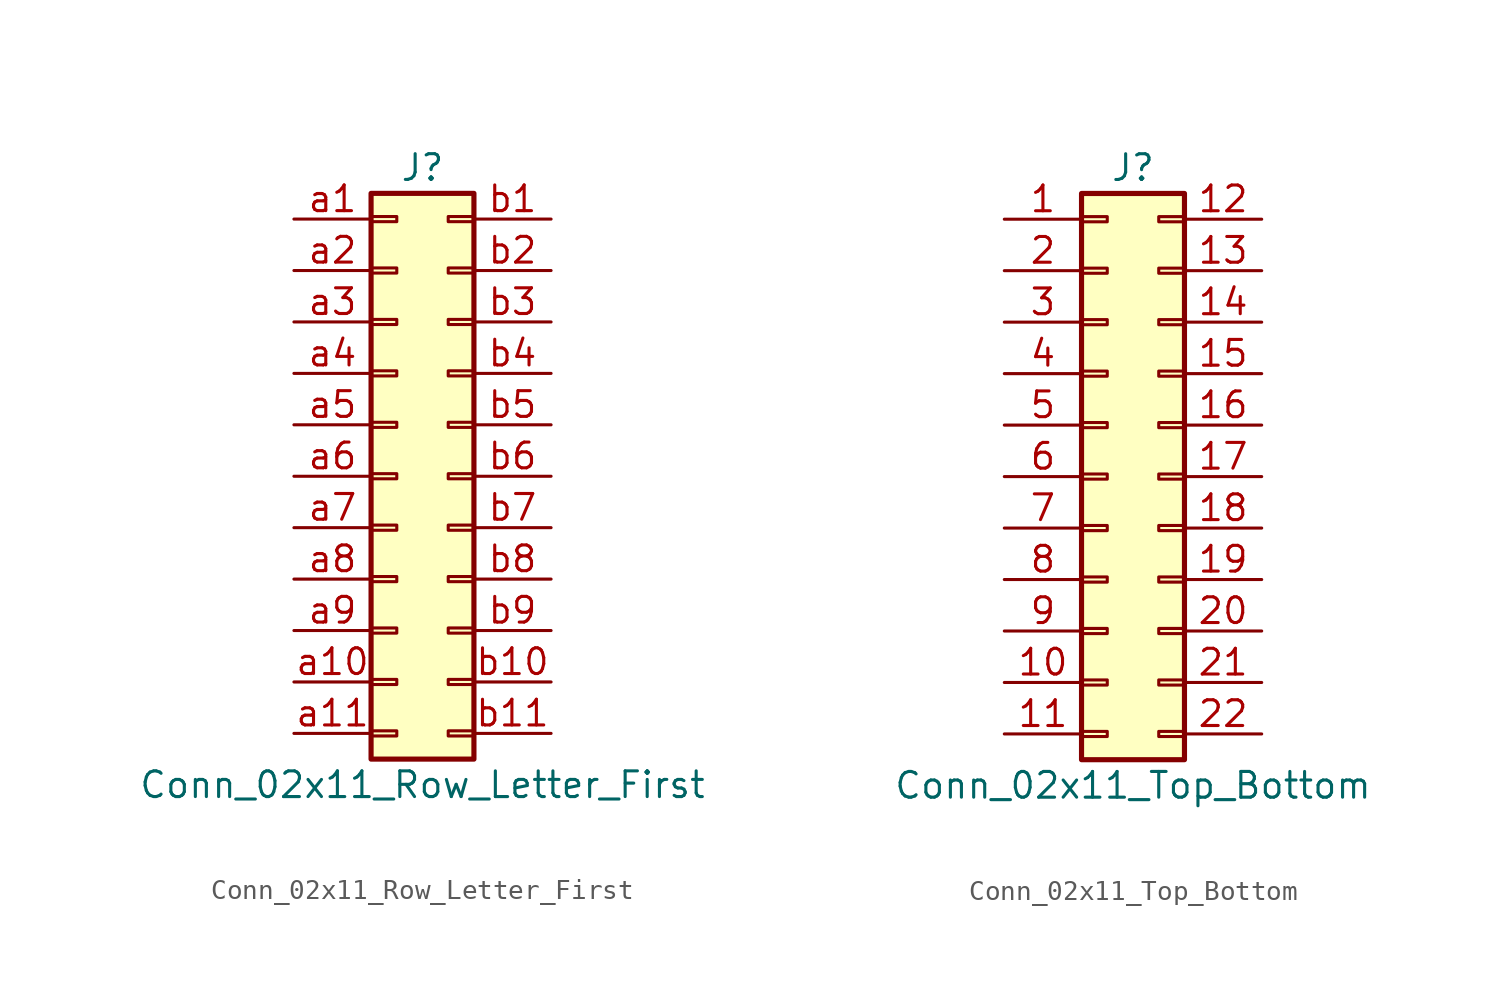
<source format=kicad_sym>
(kicad_symbol_lib
  (version 20201005)
  (generator kicad_symbol_editor)
  (symbol "Connector_Generic:Conn_02x11_Row_Letter_First"
    (pin_names
      (offset 1.016) hide)
    (property "Reference" "J"
      (at 1.27 15.24 0)
      (effects (font (size 1.27 1.27))))
    (property "Value" "Conn_02x11_Row_Letter_First"
      (at 1.27 -15.24 0)
      (effects (font (size 1.27 1.27))))
    (symbol "Conn_02x11_Row_Letter_First_1_1"
      (rectangle (start -1.27 -4.953) (end 0 -5.207) (stroke (width 0.152)) (fill (type none)))
      (rectangle (start -1.27 -7.493) (end 0 -7.747) (stroke (width 0.152)) (fill (type none)))
      (rectangle (start -1.27 -10.033) (end 0 -10.287) (stroke (width 0.152)) (fill (type none)))
      (rectangle (start -1.27 -12.573) (end 0 -12.827) (stroke (width 0.152)) (fill (type none)))
      (rectangle (start -1.27 -2.413) (end 0 -2.667) (stroke (width 0.152)) (fill (type none)))
      (rectangle (start -1.27 2.667) (end 0 2.413) (stroke (width 0.152)) (fill (type none)))
      (rectangle (start -1.27 5.207) (end 0 4.953) (stroke (width 0.152)) (fill (type none)))
      (rectangle (start -1.27 7.747) (end 0 7.493) (stroke (width 0.152)) (fill (type none)))
      (rectangle (start -1.27 10.287) (end 0 10.033) (stroke (width 0.152)) (fill (type none)))
      (rectangle (start -1.27 0.127) (end 0 -0.127) (stroke (width 0.152)) (fill (type none)))
      (rectangle (start -1.27 12.827) (end 0 12.573) (stroke (width 0.152)) (fill (type none)))
      (rectangle (start -1.27 13.97) (end 3.81 -13.97) (stroke (width 0.254)) (fill (type background)))
      (rectangle (start 3.81 -4.953) (end 2.54 -5.207) (stroke (width 0.152)) (fill (type none)))
      (rectangle (start 3.81 -7.493) (end 2.54 -7.747) (stroke (width 0.152)) (fill (type none)))
      (rectangle (start 3.81 -10.033) (end 2.54 -10.287) (stroke (width 0.152)) (fill (type none)))
      (rectangle (start 3.81 -12.573) (end 2.54 -12.827) (stroke (width 0.152)) (fill (type none)))
      (rectangle (start 3.81 -2.413) (end 2.54 -2.667) (stroke (width 0.152)) (fill (type none)))
      (rectangle (start 3.81 2.667) (end 2.54 2.413) (stroke (width 0.152)) (fill (type none)))
      (rectangle (start 3.81 5.207) (end 2.54 4.953) (stroke (width 0.152)) (fill (type none)))
      (rectangle (start 3.81 7.747) (end 2.54 7.493) (stroke (width 0.152)) (fill (type none)))
      (rectangle (start 3.81 10.287) (end 2.54 10.033) (stroke (width 0.152)) (fill (type none)))
      (rectangle (start 3.81 0.127) (end 2.54 -0.127) (stroke (width 0.152)) (fill (type none)))
      (rectangle (start 3.81 12.827) (end 2.54 12.573) (stroke (width 0.152)) (fill (type none)))
      (pin passive line (at -5.08 12.7 0) (length 3.81) (name "Pin_a1" (effects (font (size 1.27 1.27)))) (number "a1" (effects (font (size 1.27 1.27)))))
      (pin passive line (at -5.08 -10.16 0) (length 3.81) (name "Pin_a10" (effects (font (size 1.27 1.27)))) (number "a10" (effects (font (size 1.27 1.27)))))
      (pin passive line (at -5.08 -12.7 0) (length 3.81) (name "Pin_a11" (effects (font (size 1.27 1.27)))) (number "a11" (effects (font (size 1.27 1.27)))))
      (pin passive line (at -5.08 10.16 0) (length 3.81) (name "Pin_a2" (effects (font (size 1.27 1.27)))) (number "a2" (effects (font (size 1.27 1.27)))))
      (pin passive line (at -5.08 7.62 0) (length 3.81) (name "Pin_a3" (effects (font (size 1.27 1.27)))) (number "a3" (effects (font (size 1.27 1.27)))))
      (pin passive line (at -5.08 5.08 0) (length 3.81) (name "Pin_a4" (effects (font (size 1.27 1.27)))) (number "a4" (effects (font (size 1.27 1.27)))))
      (pin passive line (at -5.08 2.54 0) (length 3.81) (name "Pin_a5" (effects (font (size 1.27 1.27)))) (number "a5" (effects (font (size 1.27 1.27)))))
      (pin passive line (at -5.08 0 0) (length 3.81) (name "Pin_a6" (effects (font (size 1.27 1.27)))) (number "a6" (effects (font (size 1.27 1.27)))))
      (pin passive line (at -5.08 -2.54 0) (length 3.81) (name "Pin_a7" (effects (font (size 1.27 1.27)))) (number "a7" (effects (font (size 1.27 1.27)))))
      (pin passive line (at -5.08 -5.08 0) (length 3.81) (name "Pin_a8" (effects (font (size 1.27 1.27)))) (number "a8" (effects (font (size 1.27 1.27)))))
      (pin passive line (at -5.08 -7.62 0) (length 3.81) (name "Pin_a9" (effects (font (size 1.27 1.27)))) (number "a9" (effects (font (size 1.27 1.27)))))
      (pin passive line (at 7.62 12.7 180) (length 3.81) (name "Pin_b1" (effects (font (size 1.27 1.27)))) (number "b1" (effects (font (size 1.27 1.27)))))
      (pin passive line (at 7.62 -10.16 180) (length 3.81) (name "Pin_b10" (effects (font (size 1.27 1.27)))) (number "b10" (effects (font (size 1.27 1.27)))))
      (pin passive line (at 7.62 -12.7 180) (length 3.81) (name "Pin_b11" (effects (font (size 1.27 1.27)))) (number "b11" (effects (font (size 1.27 1.27)))))
      (pin passive line (at 7.62 10.16 180) (length 3.81) (name "Pin_b2" (effects (font (size 1.27 1.27)))) (number "b2" (effects (font (size 1.27 1.27)))))
      (pin passive line (at 7.62 7.62 180) (length 3.81) (name "Pin_b3" (effects (font (size 1.27 1.27)))) (number "b3" (effects (font (size 1.27 1.27)))))
      (pin passive line (at 7.62 5.08 180) (length 3.81) (name "Pin_b4" (effects (font (size 1.27 1.27)))) (number "b4" (effects (font (size 1.27 1.27)))))
      (pin passive line (at 7.62 2.54 180) (length 3.81) (name "Pin_b5" (effects (font (size 1.27 1.27)))) (number "b5" (effects (font (size 1.27 1.27)))))
      (pin passive line (at 7.62 0 180) (length 3.81) (name "Pin_b6" (effects (font (size 1.27 1.27)))) (number "b6" (effects (font (size 1.27 1.27)))))
      (pin passive line (at 7.62 -2.54 180) (length 3.81) (name "Pin_b7" (effects (font (size 1.27 1.27)))) (number "b7" (effects (font (size 1.27 1.27)))))
      (pin passive line (at 7.62 -5.08 180) (length 3.81) (name "Pin_b8" (effects (font (size 1.27 1.27)))) (number "b8" (effects (font (size 1.27 1.27)))))
      (pin passive line (at 7.62 -7.62 180) (length 3.81) (name "Pin_b9" (effects (font (size 1.27 1.27)))) (number "b9" (effects (font (size 1.27 1.27)))))))
  (symbol "Connector_Generic:Conn_02x11_Top_Bottom"
    (pin_names
      (offset 1.016) hide)
    (property "Reference" "J"
      (at 1.27 15.24 0)
      (effects (font (size 1.27 1.27))))
    (property "Value" "Conn_02x11_Top_Bottom"
      (at 1.27 -15.24 0)
      (effects (font (size 1.27 1.27))))
    (symbol "Conn_02x11_Top_Bottom_1_1"
      (rectangle (start -1.27 -4.953) (end 0 -5.207) (stroke (width 0.152)) (fill (type none)))
      (rectangle (start -1.27 -7.493) (end 0 -7.747) (stroke (width 0.152)) (fill (type none)))
      (rectangle (start -1.27 -10.033) (end 0 -10.287) (stroke (width 0.152)) (fill (type none)))
      (rectangle (start -1.27 -12.573) (end 0 -12.827) (stroke (width 0.152)) (fill (type none)))
      (rectangle (start -1.27 -2.413) (end 0 -2.667) (stroke (width 0.152)) (fill (type none)))
      (rectangle (start -1.27 2.667) (end 0 2.413) (stroke (width 0.152)) (fill (type none)))
      (rectangle (start -1.27 5.207) (end 0 4.953) (stroke (width 0.152)) (fill (type none)))
      (rectangle (start -1.27 7.747) (end 0 7.493) (stroke (width 0.152)) (fill (type none)))
      (rectangle (start -1.27 10.287) (end 0 10.033) (stroke (width 0.152)) (fill (type none)))
      (rectangle (start -1.27 0.127) (end 0 -0.127) (stroke (width 0.152)) (fill (type none)))
      (rectangle (start -1.27 12.827) (end 0 12.573) (stroke (width 0.152)) (fill (type none)))
      (rectangle (start -1.27 13.97) (end 3.81 -13.97) (stroke (width 0.254)) (fill (type background)))
      (rectangle (start 3.81 -4.953) (end 2.54 -5.207) (stroke (width 0.152)) (fill (type none)))
      (rectangle (start 3.81 -7.493) (end 2.54 -7.747) (stroke (width 0.152)) (fill (type none)))
      (rectangle (start 3.81 -10.033) (end 2.54 -10.287) (stroke (width 0.152)) (fill (type none)))
      (rectangle (start 3.81 -12.573) (end 2.54 -12.827) (stroke (width 0.152)) (fill (type none)))
      (rectangle (start 3.81 -2.413) (end 2.54 -2.667) (stroke (width 0.152)) (fill (type none)))
      (rectangle (start 3.81 2.667) (end 2.54 2.413) (stroke (width 0.152)) (fill (type none)))
      (rectangle (start 3.81 5.207) (end 2.54 4.953) (stroke (width 0.152)) (fill (type none)))
      (rectangle (start 3.81 7.747) (end 2.54 7.493) (stroke (width 0.152)) (fill (type none)))
      (rectangle (start 3.81 10.287) (end 2.54 10.033) (stroke (width 0.152)) (fill (type none)))
      (rectangle (start 3.81 0.127) (end 2.54 -0.127) (stroke (width 0.152)) (fill (type none)))
      (rectangle (start 3.81 12.827) (end 2.54 12.573) (stroke (width 0.152)) (fill (type none)))
      (pin passive line (at -5.08 12.7 0) (length 3.81) (name "Pin_1" (effects (font (size 1.27 1.27)))) (number "1" (effects (font (size 1.27 1.27)))))
      (pin passive line (at -5.08 -10.16 0) (length 3.81) (name "Pin_10" (effects (font (size 1.27 1.27)))) (number "10" (effects (font (size 1.27 1.27)))))
      (pin passive line (at -5.08 -12.7 0) (length 3.81) (name "Pin_11" (effects (font (size 1.27 1.27)))) (number "11" (effects (font (size 1.27 1.27)))))
      (pin passive line (at 7.62 12.7 180) (length 3.81) (name "Pin_12" (effects (font (size 1.27 1.27)))) (number "12" (effects (font (size 1.27 1.27)))))
      (pin passive line (at 7.62 10.16 180) (length 3.81) (name "Pin_13" (effects (font (size 1.27 1.27)))) (number "13" (effects (font (size 1.27 1.27)))))
      (pin passive line (at 7.62 7.62 180) (length 3.81) (name "Pin_14" (effects (font (size 1.27 1.27)))) (number "14" (effects (font (size 1.27 1.27)))))
      (pin passive line (at 7.62 5.08 180) (length 3.81) (name "Pin_15" (effects (font (size 1.27 1.27)))) (number "15" (effects (font (size 1.27 1.27)))))
      (pin passive line (at 7.62 2.54 180) (length 3.81) (name "Pin_16" (effects (font (size 1.27 1.27)))) (number "16" (effects (font (size 1.27 1.27)))))
      (pin passive line (at 7.62 0 180) (length 3.81) (name "Pin_17" (effects (font (size 1.27 1.27)))) (number "17" (effects (font (size 1.27 1.27)))))
      (pin passive line (at 7.62 -2.54 180) (length 3.81) (name "Pin_18" (effects (font (size 1.27 1.27)))) (number "18" (effects (font (size 1.27 1.27)))))
      (pin passive line (at 7.62 -5.08 180) (length 3.81) (name "Pin_19" (effects (font (size 1.27 1.27)))) (number "19" (effects (font (size 1.27 1.27)))))
      (pin passive line (at -5.08 10.16 0) (length 3.81) (name "Pin_2" (effects (font (size 1.27 1.27)))) (number "2" (effects (font (size 1.27 1.27)))))
      (pin passive line (at 7.62 -7.62 180) (length 3.81) (name "Pin_20" (effects (font (size 1.27 1.27)))) (number "20" (effects (font (size 1.27 1.27)))))
      (pin passive line (at 7.62 -10.16 180) (length 3.81) (name "Pin_21" (effects (font (size 1.27 1.27)))) (number "21" (effects (font (size 1.27 1.27)))))
      (pin passive line (at 7.62 -12.7 180) (length 3.81) (name "Pin_22" (effects (font (size 1.27 1.27)))) (number "22" (effects (font (size 1.27 1.27)))))
      (pin passive line (at -5.08 7.62 0) (length 3.81) (name "Pin_3" (effects (font (size 1.27 1.27)))) (number "3" (effects (font (size 1.27 1.27)))))
      (pin passive line (at -5.08 5.08 0) (length 3.81) (name "Pin_4" (effects (font (size 1.27 1.27)))) (number "4" (effects (font (size 1.27 1.27)))))
      (pin passive line (at -5.08 2.54 0) (length 3.81) (name "Pin_5" (effects (font (size 1.27 1.27)))) (number "5" (effects (font (size 1.27 1.27)))))
      (pin passive line (at -5.08 0 0) (length 3.81) (name "Pin_6" (effects (font (size 1.27 1.27)))) (number "6" (effects (font (size 1.27 1.27)))))
      (pin passive line (at -5.08 -2.54 0) (length 3.81) (name "Pin_7" (effects (font (size 1.27 1.27)))) (number "7" (effects (font (size 1.27 1.27)))))
      (pin passive line (at -5.08 -5.08 0) (length 3.81) (name "Pin_8" (effects (font (size 1.27 1.27)))) (number "8" (effects (font (size 1.27 1.27)))))
      (pin passive line (at -5.08 -7.62 0) (length 3.81) (name "Pin_9" (effects (font (size 1.27 1.27)))) (number "9" (effects (font (size 1.27 1.27))))))))
</source>
